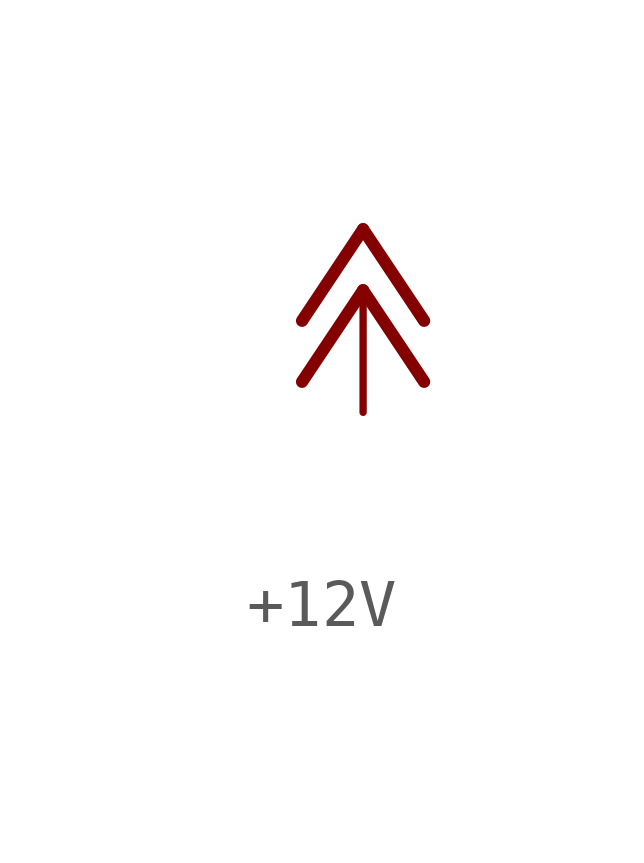
<source format=kicad_sym>
(kicad_symbol_lib
  (version 20231120)
  (generator "kicad_symbol_editor")
  (generator_version "8.0")
  (symbol "+12V"
    (power)
    (property "Reference" "#P+"
      (at 0 0 0)
      (effects (font (size 1.27 1.27)) (hide yes)))
    (property "Value" ""
      (at -2.54 -5.08 90)
      (effects (font (size 1.778 1.511)) (justify left bottom)))
    (property "ki_locked" ""
      (at 0 0 0)
      (effects (font (size 1.27 1.27))))
    (symbol "+12V_1_0"
      (polyline (pts (xy 0 0) (xy -1.27 -1.905)) (stroke (width 0.254) (type solid)) (fill (type none)))
      (polyline (pts (xy 0 1.27) (xy -1.27 -0.635)) (stroke (width 0.254) (type solid)) (fill (type none)))
      (polyline (pts (xy 1.27 -1.905) (xy 0 0)) (stroke (width 0.254) (type solid)) (fill (type none)))
      (polyline (pts (xy 1.27 -0.635) (xy 0 1.27)) (stroke (width 0.254) (type solid)) (fill (type none)))
      (pin power_in line (at 0 -2.54 90) (length 2.54) (name "+12V" (effects (font (size 0 0)))) (number "1" (effects (font (size 0 0))))))))
</source>
